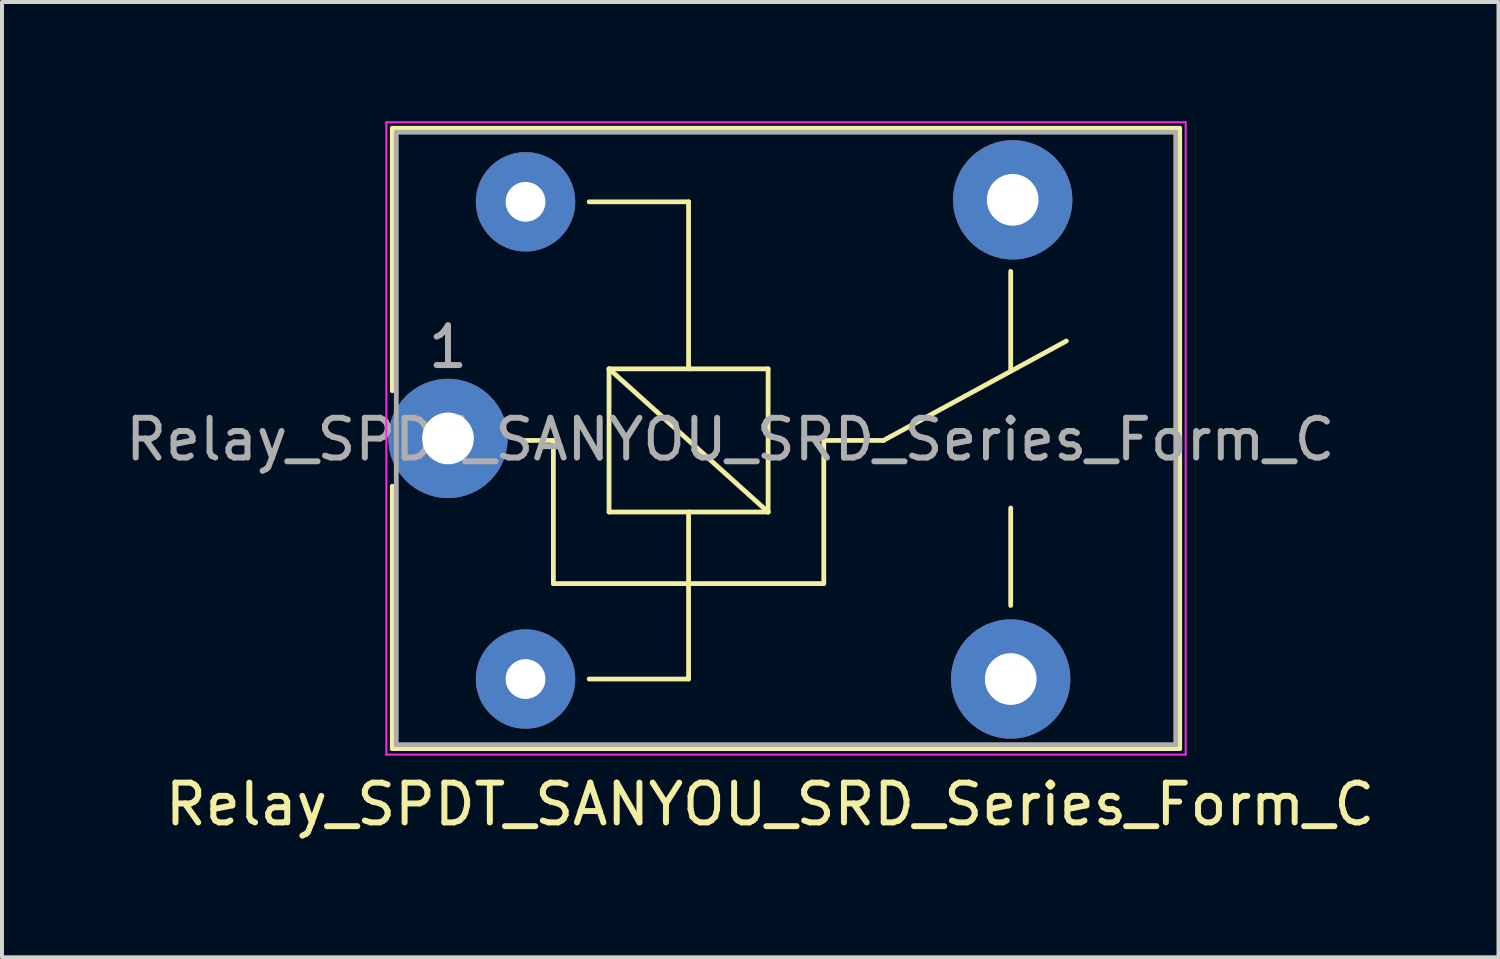
<source format=kicad_pcb>
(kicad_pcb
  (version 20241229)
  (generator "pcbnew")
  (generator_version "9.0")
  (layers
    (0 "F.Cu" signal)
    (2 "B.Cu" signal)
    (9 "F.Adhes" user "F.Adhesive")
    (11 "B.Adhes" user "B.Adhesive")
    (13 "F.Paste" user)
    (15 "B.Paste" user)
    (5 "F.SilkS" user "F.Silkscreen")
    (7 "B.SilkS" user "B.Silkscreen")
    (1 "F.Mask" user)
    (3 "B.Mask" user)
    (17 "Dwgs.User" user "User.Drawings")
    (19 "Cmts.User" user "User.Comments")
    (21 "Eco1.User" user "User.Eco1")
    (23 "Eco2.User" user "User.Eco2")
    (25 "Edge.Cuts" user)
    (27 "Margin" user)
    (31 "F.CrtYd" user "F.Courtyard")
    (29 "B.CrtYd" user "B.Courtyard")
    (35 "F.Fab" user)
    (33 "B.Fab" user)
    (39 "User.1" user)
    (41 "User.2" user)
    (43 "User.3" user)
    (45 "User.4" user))
  (footprint "Relay_SPDT_SANYOU_SRD_Series_Form_C"
    (layer "F.Cu")
    (at 8.215 7.975)
    (property "Reference" "Relay_SPDT_SANYOU_SRD_Series_Form_C" (at 8.1 9.2 0) (layer "F.SilkS") (effects (font (size 1 1) (thickness 0.15))))
    (attr through_hole)
    (fp_line (start -1.4 -7.8) (end -1.4 -1.2) (stroke (width 0.12) (type solid)) (layer "F.SilkS"))
    (fp_line (start -1.4 -7.8) (end 18.4 -7.8) (stroke (width 0.12) (type solid)) (layer "F.SilkS"))
    (fp_line (start -1.4 1.2) (end -1.4 7.8) (stroke (width 0.12) (type solid)) (layer "F.SilkS"))
    (fp_line (start 2.65 0.05) (end 1.85 0.05) (stroke (width 0.12) (type solid)) (layer "F.SilkS"))
    (fp_line (start 2.65 0.05) (end 2.65 3.65) (stroke (width 0.12) (type solid)) (layer "F.SilkS"))
    (fp_line (start 3.55 6.05) (end 6.05 6.05) (stroke (width 0.12) (type solid)) (layer "F.SilkS"))
    (fp_line (start 4.05 -1.75) (end 8.05 -1.75) (stroke (width 0.12) (type solid)) (layer "F.SilkS"))
    (fp_line (start 4.05 1.85) (end 4.05 -1.75) (stroke (width 0.12) (type solid)) (layer "F.SilkS"))
    (fp_line (start 6.05 -5.95) (end 3.55 -5.95) (stroke (width 0.12) (type solid)) (layer "F.SilkS"))
    (fp_line (start 6.05 -5.95) (end 6.05 -1.75) (stroke (width 0.12) (type solid)) (layer "F.SilkS"))
    (fp_line (start 6.05 1.85) (end 6.05 6.05) (stroke (width 0.12) (type solid)) (layer "F.SilkS"))
    (fp_line (start 8.05 -1.75) (end 8.05 1.85) (stroke (width 0.12) (type solid)) (layer "F.SilkS"))
    (fp_line (start 8.05 1.85) (end 4.05 -1.75) (stroke (width 0.12) (type solid)) (layer "F.SilkS"))
    (fp_line (start 8.05 1.85) (end 4.05 1.85) (stroke (width 0.12) (type solid)) (layer "F.SilkS"))
    (fp_line (start 9.45 0.05) (end 9.45 3.65) (stroke (width 0.12) (type solid)) (layer "F.SilkS"))
    (fp_line (start 9.45 0.05) (end 10.95 0.05) (stroke (width 0.12) (type solid)) (layer "F.SilkS"))
    (fp_line (start 9.45 3.65) (end 2.65 3.65) (stroke (width 0.12) (type solid)) (layer "F.SilkS"))
    (fp_line (start 10.95 0.05) (end 15.55 -2.45) (stroke (width 0.12) (type solid)) (layer "F.SilkS"))
    (fp_line (start 14.15 -4.2) (end 14.15 -1.7) (stroke (width 0.12) (type solid)) (layer "F.SilkS"))
    (fp_line (start 14.15 4.2) (end 14.15 1.75) (stroke (width 0.12) (type solid)) (layer "F.SilkS"))
    (fp_line (start 18.4 -7.8) (end 18.4 7.8) (stroke (width 0.12) (type solid)) (layer "F.SilkS"))
    (fp_line (start 18.4 7.8) (end -1.4 7.8) (stroke (width 0.12) (type solid)) (layer "F.SilkS"))
    (fp_line (start -1.55 7.95) (end -1.55 -7.95) (stroke (width 0.05) (type solid)) (layer "F.CrtYd"))
    (fp_line (start -1.55 7.95) (end 18.55 7.95) (stroke (width 0.05) (type solid)) (layer "F.CrtYd"))
    (fp_line (start 18.55 -7.95) (end -1.55 -7.95) (stroke (width 0.05) (type solid)) (layer "F.CrtYd"))
    (fp_line (start 18.55 -7.95) (end 18.55 7.95) (stroke (width 0.05) (type solid)) (layer "F.CrtYd"))
    (fp_line (start -1.3 -7.7) (end 18.3 -7.7) (stroke (width 0.12) (type solid)) (layer "F.Fab"))
    (fp_line (start -1.3 7.7) (end -1.3 -7.7) (stroke (width 0.12) (type solid)) (layer "F.Fab"))
    (fp_line (start 18.3 -7.7) (end 18.3 7.7) (stroke (width 0.12) (type solid)) (layer "F.Fab"))
    (fp_line (start 18.3 7.7) (end -1.3 7.7) (stroke (width 0.12) (type solid)) (layer "F.Fab"))
    (fp_text user "${REFERENCE}" (at 7.1 0.025 0) (layer "F.Fab") (effects (font (size 1 1) (thickness 0.15))))
    (fp_text user "1" (at 0 -2.3 0) (layer "F.Fab") (effects (font (size 1 1) (thickness 0.15))))
    (pad "1" thru_hole circle (at 0 0 90) (size 3 3) (drill 1.3) (layers "*.Cu" "*.Mask"))
    (pad "2" thru_hole circle (at 1.95 6.05 90) (size 2.5 2.5) (drill 1) (layers "*.Cu" "*.Mask"))
    (pad "3" thru_hole circle (at 14.15 6.05 90) (size 3 3) (drill 1.3) (layers "*.Cu" "*.Mask"))
    (pad "4" thru_hole circle (at 14.2 -6 90) (size 3 3) (drill 1.3) (layers "*.Cu" "*.Mask"))
    (pad "5" thru_hole circle (at 1.95 -5.95 90) (size 2.5 2.5) (drill 1) (layers "*.Cu" "*.Mask")))
  (gr_rect
    (start -3 -3)
    (end 34.631 21.023)
    (stroke (width 0.1) (type default))
    (fill no)
    (layer "Edge.Cuts")))
</source>
